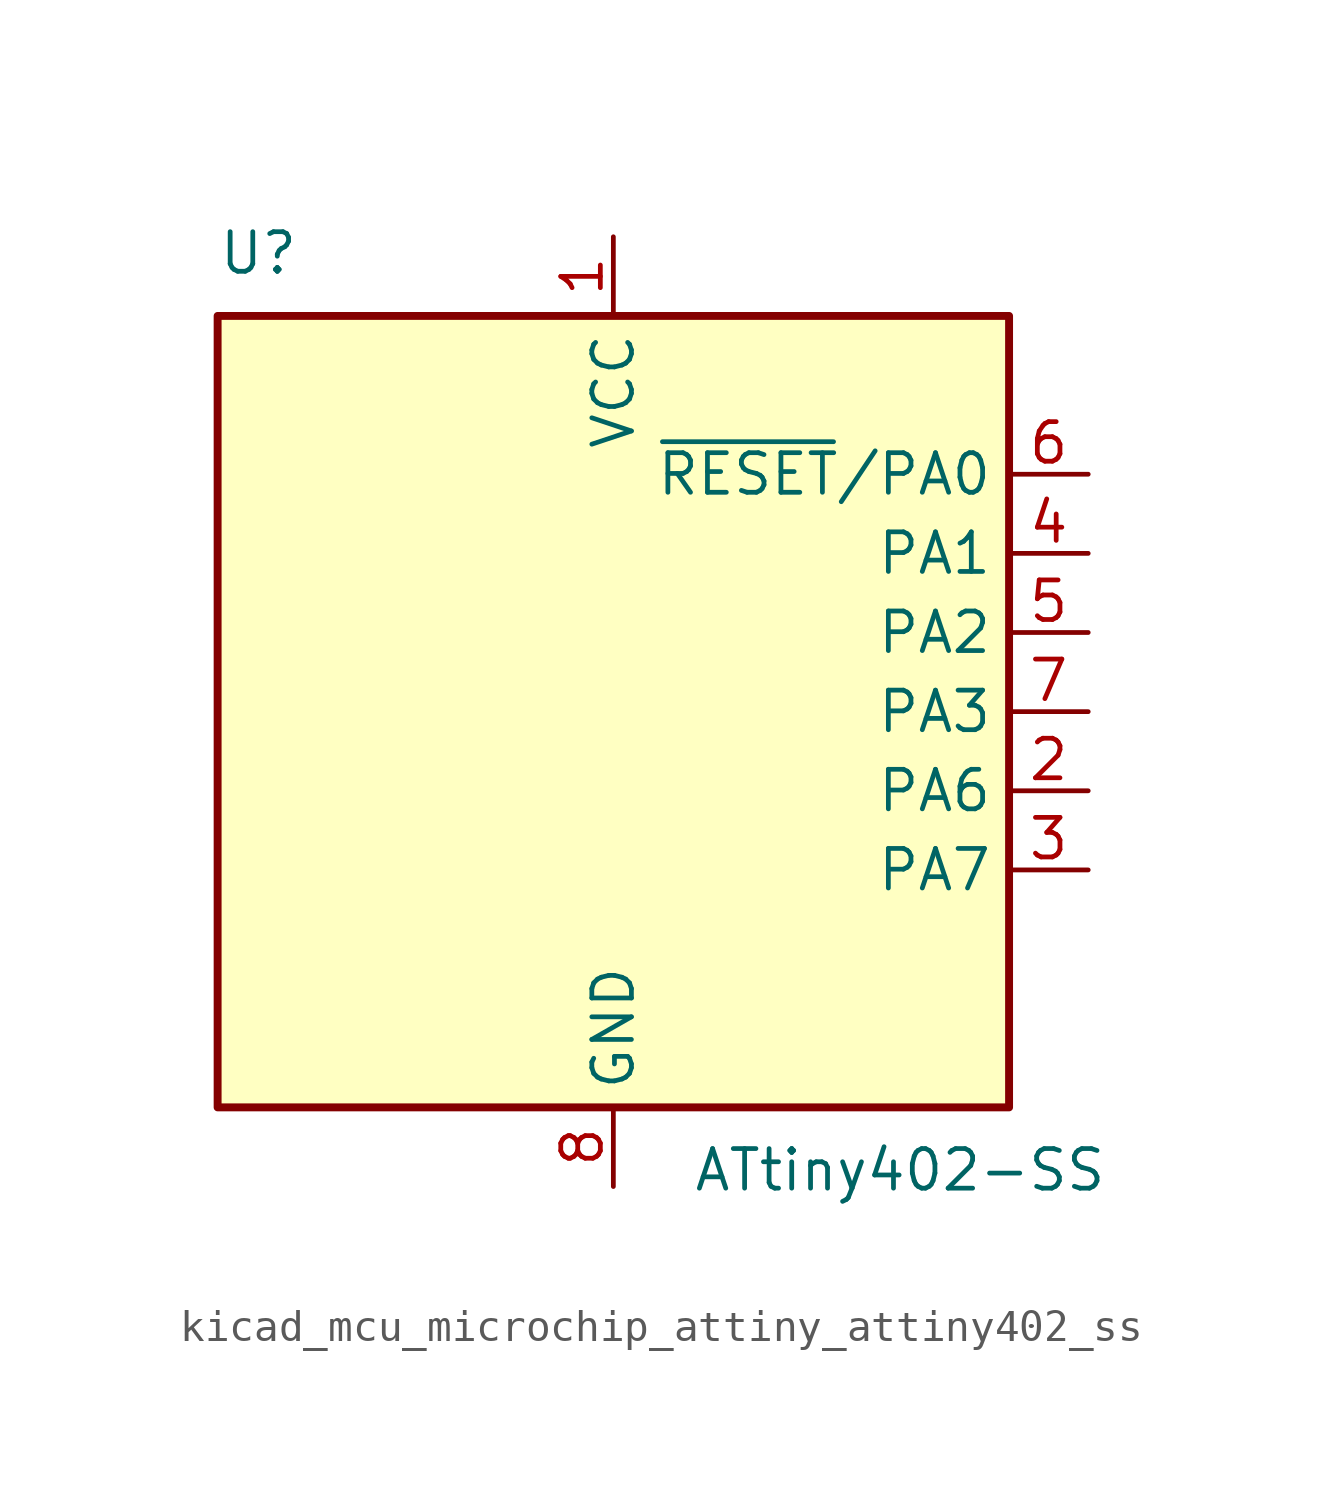
<source format=kicad_sym>
(kicad_symbol_lib
  (version 20220914)
  (generator kicad_symbol_editor)
  (symbol "kicad_mcu_microchip_attiny_attiny402_ss"
    (property "Reference" "U"
      (at -12.7 13.97 0)
      (effects (font (size 1.27 1.27)) (justify left bottom)))
    (property "Value" "ATtiny402-SS"
      (at 2.54 -13.97 0)
      (effects (font (size 1.27 1.27)) (justify left top)))
    (symbol "kicad_mcu_microchip_attiny_attiny402_ss_0_1"
      (rectangle (start -12.7 -12.7) (end 12.7 12.7) (stroke (width 0.254) (type default)) (fill (type background))))
    (symbol "kicad_mcu_microchip_attiny_attiny402_ss_1_1"
      (pin power_in line (at 0 15.24 270) (length 2.54) (name "VCC" (effects (font (size 1.27 1.27)))) (number "1" (effects (font (size 1.27 1.27)))))
      (pin bidirectional line (at 15.24 -2.54 180) (length 2.54) (name "PA6" (effects (font (size 1.27 1.27)))) (number "2" (effects (font (size 1.27 1.27)))))
      (pin bidirectional line (at 15.24 -5.08 180) (length 2.54) (name "PA7" (effects (font (size 1.27 1.27)))) (number "3" (effects (font (size 1.27 1.27)))))
      (pin bidirectional line (at 15.24 5.08 180) (length 2.54) (name "PA1" (effects (font (size 1.27 1.27)))) (number "4" (effects (font (size 1.27 1.27)))))
      (pin bidirectional line (at 15.24 2.54 180) (length 2.54) (name "PA2" (effects (font (size 1.27 1.27)))) (number "5" (effects (font (size 1.27 1.27)))))
      (pin bidirectional line (at 15.24 7.62 180) (length 2.54) (name "~{RESET}/PA0" (effects (font (size 1.27 1.27)))) (number "6" (effects (font (size 1.27 1.27)))))
      (pin bidirectional line (at 15.24 0 180) (length 2.54) (name "PA3" (effects (font (size 1.27 1.27)))) (number "7" (effects (font (size 1.27 1.27)))))
      (pin power_in line (at 0 -15.24 90) (length 2.54) (name "GND" (effects (font (size 1.27 1.27)))) (number "8" (effects (font (size 1.27 1.27))))))))
</source>
